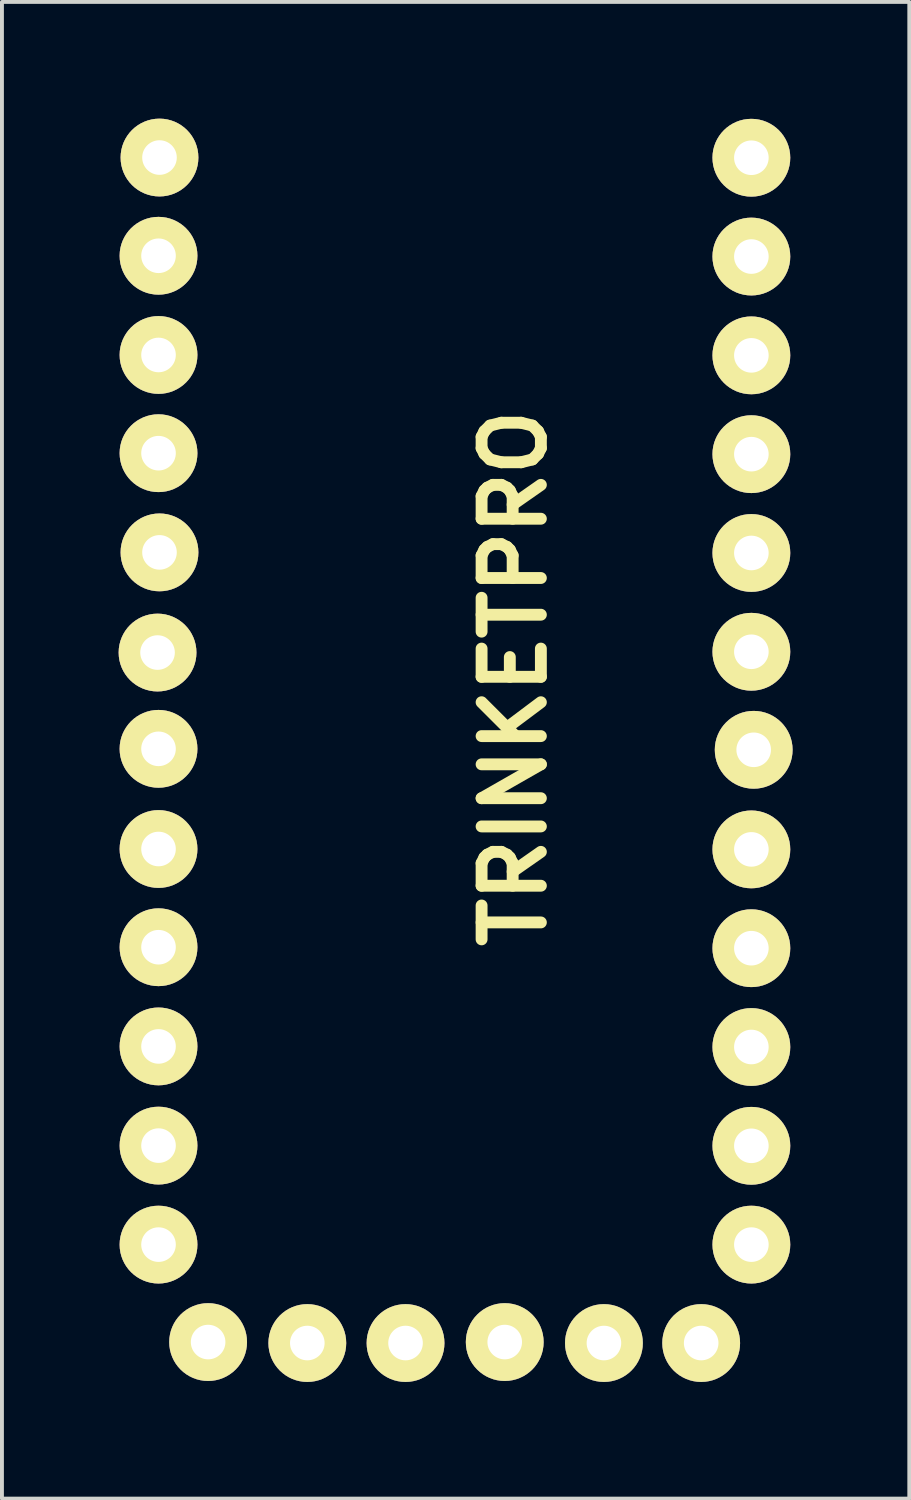
<source format=kicad_pcb>
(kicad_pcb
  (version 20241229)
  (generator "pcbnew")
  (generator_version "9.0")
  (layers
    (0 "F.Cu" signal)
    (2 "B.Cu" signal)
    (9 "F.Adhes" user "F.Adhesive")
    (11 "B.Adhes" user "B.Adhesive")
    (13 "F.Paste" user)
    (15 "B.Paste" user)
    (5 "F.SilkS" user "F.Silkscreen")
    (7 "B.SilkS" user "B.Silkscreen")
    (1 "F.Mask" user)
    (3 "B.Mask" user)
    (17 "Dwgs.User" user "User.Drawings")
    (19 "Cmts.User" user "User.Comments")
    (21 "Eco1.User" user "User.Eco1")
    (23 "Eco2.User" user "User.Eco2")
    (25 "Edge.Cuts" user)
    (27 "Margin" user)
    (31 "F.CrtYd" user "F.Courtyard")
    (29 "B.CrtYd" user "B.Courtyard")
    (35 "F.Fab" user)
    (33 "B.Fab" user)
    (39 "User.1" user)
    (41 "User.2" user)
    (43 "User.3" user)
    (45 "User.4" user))
  (footprint "TRINKETPRO"
    (layer "F.Cu")
    (at 7.875 14.325)
    (property "Reference" "TRINKETPRO" (at 2.29 0.06 90) (layer "F.SilkS") (effects (font (size 1.524 1.524) (thickness 0.305))))
    (attr through_hole)
    (pad "1" thru_hole circle (at -6.825 -13.325) (size 2 2) (drill 0.889) (layers "*.Cu" "*.Mask" "F.SilkS"))
    (pad "2" thru_hole circle (at -6.85 -10.8) (size 2 2) (drill 0.889) (layers "*.Cu" "*.Mask" "F.SilkS"))
    (pad "3" thru_hole circle (at -6.85 -8.25) (size 2 2) (drill 0.889) (layers "*.Cu" "*.Mask" "F.SilkS"))
    (pad "4" thru_hole circle (at -6.85 -5.725) (size 2 2) (drill 0.889) (layers "*.Cu" "*.Mask" "F.SilkS"))
    (pad "5" thru_hole circle (at -6.825 -3.175) (size 2 2) (drill 0.889) (layers "*.Cu" "*.Mask" "F.SilkS"))
    (pad "6" thru_hole circle (at -6.875 -0.6) (size 2 2) (drill 0.889) (layers "*.Cu" "*.Mask" "F.SilkS"))
    (pad "7" thru_hole circle (at -6.85 1.875) (size 2 2) (drill 0.889) (layers "*.Cu" "*.Mask" "F.SilkS"))
    (pad "8" thru_hole circle (at -6.85 4.45) (size 2 2) (drill 0.889) (layers "*.Cu" "*.Mask" "F.SilkS"))
    (pad "9" thru_hole circle (at -6.85 6.975) (size 2 2) (drill 0.889) (layers "*.Cu" "*.Mask" "F.SilkS"))
    (pad "10" thru_hole circle (at -6.85 9.525) (size 2 2) (drill 0.889) (layers "*.Cu" "*.Mask" "F.SilkS"))
    (pad "11" thru_hole circle (at -6.85 12.075) (size 2 2) (drill 0.889) (layers "*.Cu" "*.Mask" "F.SilkS"))
    (pad "12" thru_hole circle (at -6.85 14.62) (size 2 2) (drill 0.889) (layers "*.Cu" "*.Mask" "F.SilkS"))
    (pad "13" thru_hole circle (at 8.39 -13.32) (size 2 2) (drill 0.889) (layers "*.Cu" "*.Mask" "F.SilkS"))
    (pad "14" thru_hole circle (at 8.39 -10.78) (size 2 2) (drill 0.889) (layers "*.Cu" "*.Mask" "F.SilkS"))
    (pad "15" thru_hole circle (at 8.39 -8.24) (size 2 2) (drill 0.889) (layers "*.Cu" "*.Mask" "F.SilkS"))
    (pad "16" thru_hole circle (at 8.39 -5.7) (size 2 2) (drill 0.889) (layers "*.Cu" "*.Mask" "F.SilkS"))
    (pad "17" thru_hole circle (at 8.39 -3.16) (size 2 2) (drill 0.889) (layers "*.Cu" "*.Mask" "F.SilkS"))
    (pad "18" thru_hole circle (at 8.39 -0.62) (size 2 2) (drill 0.889) (layers "*.Cu" "*.Mask" "F.SilkS"))
    (pad "19" thru_hole circle (at 8.45 1.9) (size 2 2) (drill 0.889) (layers "*.Cu" "*.Mask" "F.SilkS"))
    (pad "20" thru_hole circle (at 8.39 4.46) (size 2 2) (drill 0.889) (layers "*.Cu" "*.Mask" "F.SilkS"))
    (pad "21" thru_hole circle (at 8.39 7) (size 2 2) (drill 0.889) (layers "*.Cu" "*.Mask" "F.SilkS"))
    (pad "22" thru_hole circle (at 8.39 9.54) (size 2 2) (drill 0.889) (layers "*.Cu" "*.Mask" "F.SilkS"))
    (pad "23" thru_hole circle (at 8.39 12.08) (size 2 2) (drill 0.889) (layers "*.Cu" "*.Mask" "F.SilkS"))
    (pad "24" thru_hole circle (at 8.39 14.62) (size 2 2) (drill 0.889) (layers "*.Cu" "*.Mask" "F.SilkS"))
    (pad "25" thru_hole circle (at -5.575 17.125) (size 2 2) (drill 0.889) (layers "*.Cu" "*.Mask" "F.SilkS"))
    (pad "26" thru_hole circle (at -3.025 17.15) (size 2 2) (drill 0.889) (layers "*.Cu" "*.Mask" "F.SilkS"))
    (pad "27" thru_hole circle (at -0.5 17.15) (size 2 2) (drill 0.889) (layers "*.Cu" "*.Mask" "F.SilkS"))
    (pad "28" thru_hole circle (at 2.05 17.125) (size 2 2) (drill 0.889) (layers "*.Cu" "*.Mask" "F.SilkS"))
    (pad "29" thru_hole circle (at 4.6 17.15) (size 2 2) (drill 0.889) (layers "*.Cu" "*.Mask" "F.SilkS"))
    (pad "30" thru_hole circle (at 7.1 17.15) (size 2 2) (drill 0.889) (layers "*.Cu" "*.Mask" "F.SilkS")))
  (gr_rect
    (start -3 -3)
    (end 20.325 35.475)
    (stroke (width 0.1) (type default))
    (fill no)
    (layer "Edge.Cuts")))
</source>
